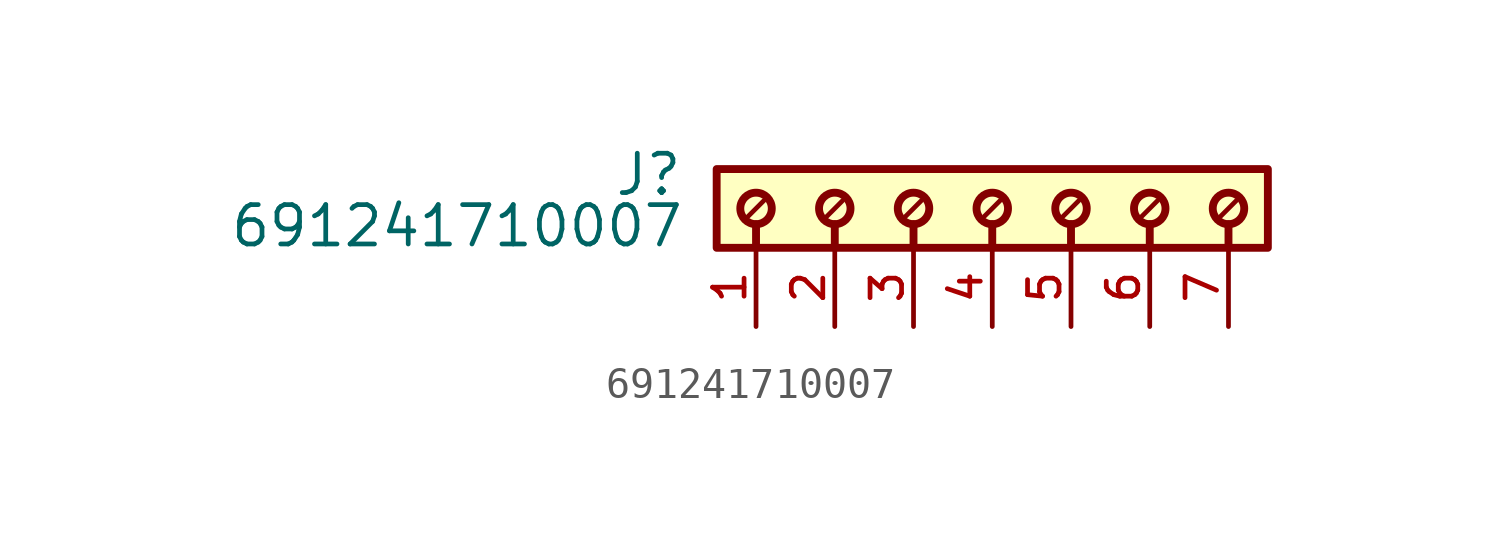
<source format=kicad_sym>
(kicad_symbol_lib
  (version 20211014)
  (generator kicad_symbol_editor)
  (symbol "691241710007"
    (pin_names
      (offset 1.016))
    (property "Reference" "J"
      (at -9.96 -0.922 0)
      (effects (font (size 1.27 1.27)) (justify bottom right)))
    (property "Value" "691241710007"
      (at -9.91 -2.58 0)
      (effects (font (size 1.27 1.27)) (justify bottom right)))
    (symbol "691241710007_0_0"
      (polyline (pts (xy -7.62 -1.778) (xy -7.62 -2.54)) (stroke (width 0.254)))
      (polyline (pts (xy -5.08 -1.778) (xy -5.08 -2.54)) (stroke (width 0.254)))
      (polyline (pts (xy -7.366 -1.016) (xy -7.874 -1.524)) (stroke (width 0.152)))
      (polyline (pts (xy -4.826 -1.016) (xy -5.334 -1.524)) (stroke (width 0.152)))
      (polyline (pts (xy -2.54 -1.778) (xy -2.54 -2.54)) (stroke (width 0.254)))
      (polyline (pts (xy -2.286 -1.016) (xy -2.794 -1.524)) (stroke (width 0.152)))
      (polyline (pts (xy 0.0 -1.778) (xy 0.0 -2.54)) (stroke (width 0.254)))
      (polyline (pts (xy 0.254 -1.016) (xy -0.254 -1.524)) (stroke (width 0.152)))
      (polyline (pts (xy 2.54 -1.778) (xy 2.54 -2.54)) (stroke (width 0.254)))
      (polyline (pts (xy 2.794 -1.016) (xy 2.286 -1.524)) (stroke (width 0.152)))
      (polyline (pts (xy 5.08 -1.778) (xy 5.08 -2.54)) (stroke (width 0.254)))
      (polyline (pts (xy 5.334 -1.016) (xy 4.826 -1.524)) (stroke (width 0.152)))
      (polyline (pts (xy 7.62 -1.778) (xy 7.62 -2.54)) (stroke (width 0.254)))
      (polyline (pts (xy 7.874 -1.016) (xy 7.366 -1.524)) (stroke (width 0.152)))
      (circle (center -7.62 -1.27) (radius 0.508) (stroke (width 0.254)) (fill (type none)))
      (circle (center -5.08 -1.27) (radius 0.508) (stroke (width 0.254)) (fill (type none)))
      (circle (center -2.54 -1.27) (radius 0.508) (stroke (width 0.254)) (fill (type none)))
      (circle (center 0.0 -1.27) (radius 0.508) (stroke (width 0.254)) (fill (type none)))
      (circle (center 2.54 -1.27) (radius 0.508) (stroke (width 0.254)) (fill (type none)))
      (circle (center 5.08 -1.27) (radius 0.508) (stroke (width 0.254)) (fill (type none)))
      (circle (center 7.62 -1.27) (radius 0.508) (stroke (width 0.254)) (fill (type none)))
      (rectangle (start -8.89 -2.54) (end 8.89 0.0) (stroke (width 0.254)) (fill (type background)))
      (pin passive line (at -7.62 -5.08 90.0) (length 2.54) (name "~" (effects (font (size 1.016 1.016)))) (number "1" (effects (font (size 1.016 1.016)))))
      (pin passive line (at -5.08 -5.08 90.0) (length 2.54) (name "~" (effects (font (size 1.016 1.016)))) (number "2" (effects (font (size 1.016 1.016)))))
      (pin passive line (at -2.54 -5.08 90.0) (length 2.54) (name "~" (effects (font (size 1.016 1.016)))) (number "3" (effects (font (size 1.016 1.016)))))
      (pin passive line (at 0.0 -5.08 90.0) (length 2.54) (name "~" (effects (font (size 1.016 1.016)))) (number "4" (effects (font (size 1.016 1.016)))))
      (pin passive line (at 2.54 -5.08 90.0) (length 2.54) (name "~" (effects (font (size 1.016 1.016)))) (number "5" (effects (font (size 1.016 1.016)))))
      (pin passive line (at 5.08 -5.08 90.0) (length 2.54) (name "~" (effects (font (size 1.016 1.016)))) (number "6" (effects (font (size 1.016 1.016)))))
      (pin passive line (at 7.62 -5.08 90.0) (length 2.54) (name "~" (effects (font (size 1.016 1.016)))) (number "7" (effects (font (size 1.016 1.016))))))))
</source>
